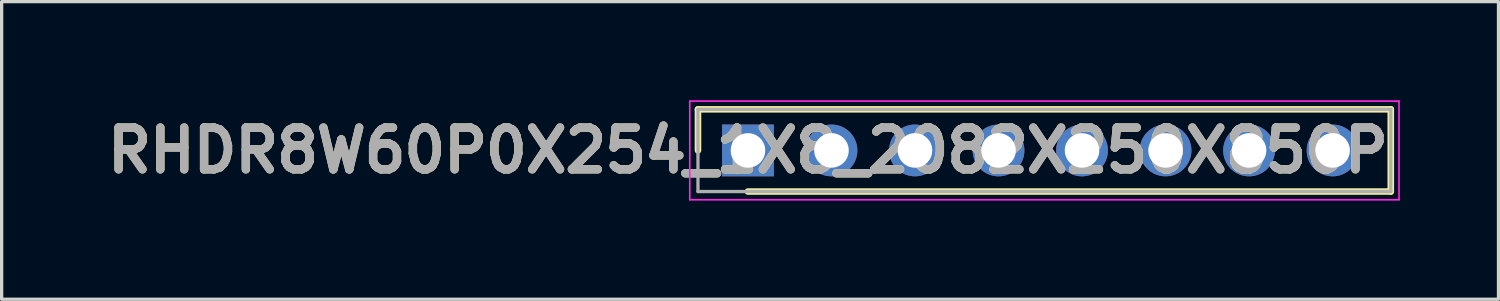
<source format=kicad_pcb>
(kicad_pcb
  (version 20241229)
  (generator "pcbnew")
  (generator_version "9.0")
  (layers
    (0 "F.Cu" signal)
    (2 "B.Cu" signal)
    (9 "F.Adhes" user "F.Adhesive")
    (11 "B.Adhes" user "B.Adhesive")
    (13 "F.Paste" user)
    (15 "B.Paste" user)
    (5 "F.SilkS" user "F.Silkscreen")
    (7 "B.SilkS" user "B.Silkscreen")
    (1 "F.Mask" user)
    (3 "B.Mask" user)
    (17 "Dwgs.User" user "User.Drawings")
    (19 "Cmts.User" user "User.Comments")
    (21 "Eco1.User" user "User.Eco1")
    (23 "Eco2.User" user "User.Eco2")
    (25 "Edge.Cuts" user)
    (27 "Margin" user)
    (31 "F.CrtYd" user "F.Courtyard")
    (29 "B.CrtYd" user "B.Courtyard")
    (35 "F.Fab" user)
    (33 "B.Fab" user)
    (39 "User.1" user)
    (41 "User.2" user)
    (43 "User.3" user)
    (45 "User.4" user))
  (footprint "RHDR8W60P0X254_1X8_2082X250X850P"
    (layer "F.Cu")
    (at 19.697 1.525)
    (property "Reference" "RHDR8W60P0X254_1X8_2082X250X850P" (at 0 0 0) (layer "F.SilkS") (effects (font (size 1.27 1.27) (thickness 0.254))))
    (attr through_hole)
    (fp_line (start -1.52 -1.25) (end -1.52 0) (stroke (width 0.2) (type solid)) (layer "F.SilkS"))
    (fp_line (start 0 1.25) (end 19.55 1.25) (stroke (width 0.2) (type solid)) (layer "F.SilkS"))
    (fp_line (start 19.55 -1.25) (end -1.52 -1.25) (stroke (width 0.2) (type solid)) (layer "F.SilkS"))
    (fp_line (start 19.55 1.25) (end 19.55 -1.25) (stroke (width 0.2) (type solid)) (layer "F.SilkS"))
    (fp_line (start -1.77 -1.5) (end 19.8 -1.5) (stroke (width 0.05) (type solid)) (layer "F.CrtYd"))
    (fp_line (start -1.77 1.5) (end -1.77 -1.5) (stroke (width 0.05) (type solid)) (layer "F.CrtYd"))
    (fp_line (start 19.8 -1.5) (end 19.8 1.5) (stroke (width 0.05) (type solid)) (layer "F.CrtYd"))
    (fp_line (start 19.8 1.5) (end -1.77 1.5) (stroke (width 0.05) (type solid)) (layer "F.CrtYd"))
    (fp_line (start -1.52 -1.25) (end 19.55 -1.25) (stroke (width 0.1) (type solid)) (layer "F.Fab"))
    (fp_line (start -1.52 1.25) (end -1.52 -1.25) (stroke (width 0.1) (type solid)) (layer "F.Fab"))
    (fp_line (start 19.55 -1.25) (end 19.55 1.25) (stroke (width 0.1) (type solid)) (layer "F.Fab"))
    (fp_line (start 19.55 1.25) (end -1.52 1.25) (stroke (width 0.1) (type solid)) (layer "F.Fab"))
    (fp_text user "${REFERENCE}" (at 0 0 0) (layer "F.Fab") (effects (font (size 1.27 1.27) (thickness 0.254))))
    (pad "1" thru_hole rect (at 0 0) (size 1.575 1.575) (drill 1.05) (layers "*.Cu" "*.Mask"))
    (pad "2" thru_hole circle (at 2.54 0) (size 1.575 1.575) (drill 1.05) (layers "*.Cu" "*.Mask"))
    (pad "3" thru_hole circle (at 5.08 0) (size 1.575 1.575) (drill 1.05) (layers "*.Cu" "*.Mask"))
    (pad "4" thru_hole circle (at 7.62 0) (size 1.575 1.575) (drill 1.05) (layers "*.Cu" "*.Mask"))
    (pad "5" thru_hole circle (at 10.16 0) (size 1.575 1.575) (drill 1.05) (layers "*.Cu" "*.Mask"))
    (pad "6" thru_hole circle (at 12.7 0) (size 1.575 1.575) (drill 1.05) (layers "*.Cu" "*.Mask"))
    (pad "7" thru_hole circle (at 15.24 0) (size 1.575 1.575) (drill 1.05) (layers "*.Cu" "*.Mask"))
    (pad "8" thru_hole circle (at 17.78 0) (size 1.575 1.575) (drill 1.05) (layers "*.Cu" "*.Mask")))
  (gr_rect
    (start -3 -3)
    (end 42.522 6.05)
    (stroke (width 0.1) (type default))
    (fill no)
    (layer "Edge.Cuts")))
</source>
